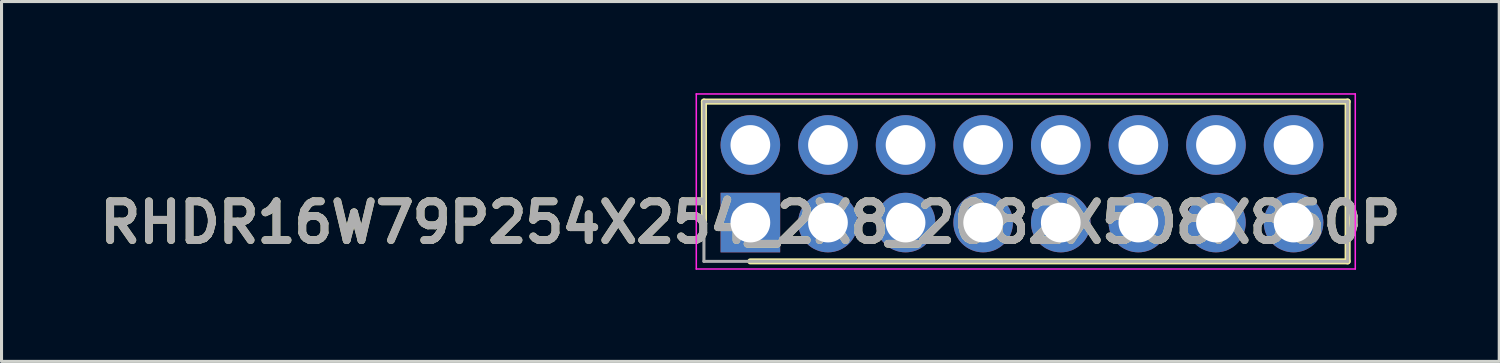
<source format=kicad_pcb>
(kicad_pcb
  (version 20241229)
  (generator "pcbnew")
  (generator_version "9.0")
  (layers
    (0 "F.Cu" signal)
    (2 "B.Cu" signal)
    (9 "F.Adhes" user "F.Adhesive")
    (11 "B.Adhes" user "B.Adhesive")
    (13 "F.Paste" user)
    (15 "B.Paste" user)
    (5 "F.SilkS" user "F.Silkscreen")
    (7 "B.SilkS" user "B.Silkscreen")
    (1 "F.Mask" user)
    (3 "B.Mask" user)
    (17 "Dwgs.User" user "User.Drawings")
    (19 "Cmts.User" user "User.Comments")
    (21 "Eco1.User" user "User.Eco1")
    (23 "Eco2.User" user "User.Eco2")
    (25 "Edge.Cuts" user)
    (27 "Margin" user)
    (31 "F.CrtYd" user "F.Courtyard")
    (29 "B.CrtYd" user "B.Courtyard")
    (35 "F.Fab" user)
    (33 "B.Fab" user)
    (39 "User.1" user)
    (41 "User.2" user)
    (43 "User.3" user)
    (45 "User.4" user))
  (footprint "RHDR16W79P254X254_2X8_2082X508X860P"
    (layer "F.Cu")
    (at 21.511 4.235)
    (property "Reference" "RHDR16W79P254X254_2X8_2082X508X860P" (at 0 0 0) (layer "F.SilkS") (effects (font (size 1.27 1.27) (thickness 0.254))))
    (attr through_hole)
    (fp_line (start -1.52 -3.96) (end -1.52 0) (stroke (width 0.2) (type solid)) (layer "F.SilkS"))
    (fp_line (start 0 1.27) (end 19.55 1.27) (stroke (width 0.2) (type solid)) (layer "F.SilkS"))
    (fp_line (start 19.55 -3.96) (end -1.52 -3.96) (stroke (width 0.2) (type solid)) (layer "F.SilkS"))
    (fp_line (start 19.55 1.27) (end 19.55 -3.96) (stroke (width 0.2) (type solid)) (layer "F.SilkS"))
    (fp_line (start -1.77 -4.21) (end 19.8 -4.21) (stroke (width 0.05) (type solid)) (layer "F.CrtYd"))
    (fp_line (start -1.77 1.52) (end -1.77 -4.21) (stroke (width 0.05) (type solid)) (layer "F.CrtYd"))
    (fp_line (start 19.8 -4.21) (end 19.8 1.52) (stroke (width 0.05) (type solid)) (layer "F.CrtYd"))
    (fp_line (start 19.8 1.52) (end -1.77 1.52) (stroke (width 0.05) (type solid)) (layer "F.CrtYd"))
    (fp_line (start -1.52 -3.96) (end 19.55 -3.96) (stroke (width 0.1) (type solid)) (layer "F.Fab"))
    (fp_line (start -1.52 1.27) (end -1.52 -3.96) (stroke (width 0.1) (type solid)) (layer "F.Fab"))
    (fp_line (start 19.55 -3.96) (end 19.55 1.27) (stroke (width 0.1) (type solid)) (layer "F.Fab"))
    (fp_line (start 19.55 1.27) (end -1.52 1.27) (stroke (width 0.1) (type solid)) (layer "F.Fab"))
    (fp_text user "${REFERENCE}" (at 0 0 0) (layer "F.Fab") (effects (font (size 1.27 1.27) (thickness 0.254))))
    (pad "1" thru_hole rect (at 0 0) (size 1.95 1.95) (drill 1.3) (layers "*.Cu" "*.Mask"))
    (pad "2" thru_hole circle (at 0 -2.54) (size 1.95 1.95) (drill 1.3) (layers "*.Cu" "*.Mask"))
    (pad "3" thru_hole circle (at 2.54 0) (size 1.95 1.95) (drill 1.3) (layers "*.Cu" "*.Mask"))
    (pad "4" thru_hole circle (at 2.54 -2.54) (size 1.95 1.95) (drill 1.3) (layers "*.Cu" "*.Mask"))
    (pad "5" thru_hole circle (at 5.08 0) (size 1.95 1.95) (drill 1.3) (layers "*.Cu" "*.Mask"))
    (pad "6" thru_hole circle (at 5.08 -2.54) (size 1.95 1.95) (drill 1.3) (layers "*.Cu" "*.Mask"))
    (pad "7" thru_hole circle (at 7.62 0) (size 1.95 1.95) (drill 1.3) (layers "*.Cu" "*.Mask"))
    (pad "8" thru_hole circle (at 7.62 -2.54) (size 1.95 1.95) (drill 1.3) (layers "*.Cu" "*.Mask"))
    (pad "9" thru_hole circle (at 10.16 0) (size 1.95 1.95) (drill 1.3) (layers "*.Cu" "*.Mask"))
    (pad "10" thru_hole circle (at 10.16 -2.54) (size 1.95 1.95) (drill 1.3) (layers "*.Cu" "*.Mask"))
    (pad "11" thru_hole circle (at 12.7 0) (size 1.95 1.95) (drill 1.3) (layers "*.Cu" "*.Mask"))
    (pad "12" thru_hole circle (at 12.7 -2.54) (size 1.95 1.95) (drill 1.3) (layers "*.Cu" "*.Mask"))
    (pad "13" thru_hole circle (at 15.24 0) (size 1.95 1.95) (drill 1.3) (layers "*.Cu" "*.Mask"))
    (pad "14" thru_hole circle (at 15.24 -2.54) (size 1.95 1.95) (drill 1.3) (layers "*.Cu" "*.Mask"))
    (pad "15" thru_hole circle (at 17.78 0) (size 1.95 1.95) (drill 1.3) (layers "*.Cu" "*.Mask"))
    (pad "16" thru_hole circle (at 17.78 -2.54) (size 1.95 1.95) (drill 1.3) (layers "*.Cu" "*.Mask")))
  (gr_rect
    (start -3 -3)
    (end 46.023 8.78)
    (stroke (width 0.1) (type default))
    (fill no)
    (layer "Edge.Cuts")))
</source>
